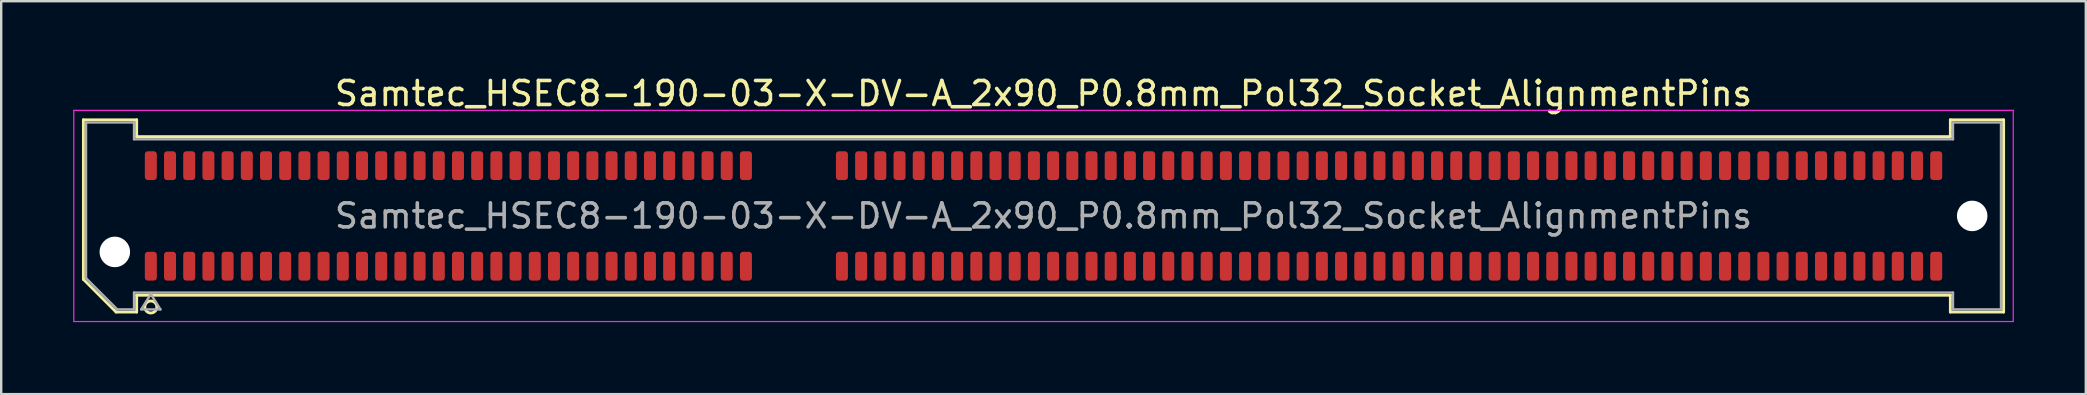
<source format=kicad_pcb>
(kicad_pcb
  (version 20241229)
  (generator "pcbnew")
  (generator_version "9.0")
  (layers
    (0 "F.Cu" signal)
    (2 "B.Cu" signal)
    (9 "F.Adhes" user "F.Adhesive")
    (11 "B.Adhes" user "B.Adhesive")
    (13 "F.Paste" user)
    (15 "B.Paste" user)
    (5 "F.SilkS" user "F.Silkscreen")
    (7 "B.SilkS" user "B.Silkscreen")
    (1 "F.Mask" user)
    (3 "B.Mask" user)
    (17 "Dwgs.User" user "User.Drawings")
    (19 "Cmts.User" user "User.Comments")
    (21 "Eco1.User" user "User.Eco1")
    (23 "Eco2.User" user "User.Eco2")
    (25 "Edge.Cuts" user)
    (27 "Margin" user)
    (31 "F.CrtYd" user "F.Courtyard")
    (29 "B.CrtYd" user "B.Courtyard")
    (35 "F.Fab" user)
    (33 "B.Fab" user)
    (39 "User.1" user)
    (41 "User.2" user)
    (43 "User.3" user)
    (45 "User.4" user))
  (footprint "Samtec_HSEC8-190-03-X-DV-A_2x90_P0.8mm_Pol32_Socket_AlignmentPins"
    (layer "F.Cu")
    (at 40.435 5.948)
    (property "Reference" "Samtec_HSEC8-190-03-X-DV-A_2x90_P0.8mm_Pol32_Socket_AlignmentPins" (at 0 -5.1 0) (layer "F.SilkS") (effects (font (size 1 1) (thickness 0.15))))
    (attr smd)
    (fp_line (start -40.01 -4.005) (end -37.79 -4.005) (stroke (width 0.12) (type solid)) (layer "F.SilkS"))
    (fp_line (start -40.01 2.641) (end -40.01 -4.005) (stroke (width 0.12) (type solid)) (layer "F.SilkS"))
    (fp_line (start -38.646 4.005) (end -40.01 2.641) (stroke (width 0.12) (type solid)) (layer "F.SilkS"))
    (fp_line (start -37.79 -4.005) (end -37.79 -3.305) (stroke (width 0.12) (type solid)) (layer "F.SilkS"))
    (fp_line (start -37.79 -3.305) (end 37.79 -3.305) (stroke (width 0.12) (type solid)) (layer "F.SilkS"))
    (fp_line (start -37.79 3.305) (end -37.79 4.005) (stroke (width 0.12) (type solid)) (layer "F.SilkS"))
    (fp_line (start -37.79 4.005) (end -38.646 4.005) (stroke (width 0.12) (type solid)) (layer "F.SilkS"))
    (fp_line (start 37.79 -4.005) (end 40.01 -4.005) (stroke (width 0.12) (type solid)) (layer "F.SilkS"))
    (fp_line (start 37.79 -3.305) (end 37.79 -4.005) (stroke (width 0.12) (type solid)) (layer "F.SilkS"))
    (fp_line (start 37.79 3.305) (end -37.79 3.305) (stroke (width 0.12) (type solid)) (layer "F.SilkS"))
    (fp_line (start 37.79 4.005) (end 37.79 3.305) (stroke (width 0.12) (type solid)) (layer "F.SilkS"))
    (fp_line (start 40.01 -4.005) (end 40.01 4.005) (stroke (width 0.12) (type solid)) (layer "F.SilkS"))
    (fp_line (start 40.01 4.005) (end 37.79 4.005) (stroke (width 0.12) (type solid)) (layer "F.SilkS"))
    (fp_circle (center -37.2 3.795) (end -36.95 3.795) (stroke (width 0.12) (type solid)) (fill no) (layer "F.SilkS"))
    (fp_line (start -40.41 -4.4) (end -40.41 4.4) (stroke (width 0.05) (type solid)) (layer "F.CrtYd"))
    (fp_line (start -40.41 4.4) (end 40.41 4.4) (stroke (width 0.05) (type solid)) (layer "F.CrtYd"))
    (fp_line (start 40.41 -4.4) (end -40.41 -4.4) (stroke (width 0.05) (type solid)) (layer "F.CrtYd"))
    (fp_line (start 40.41 4.4) (end 40.41 -4.4) (stroke (width 0.05) (type solid)) (layer "F.CrtYd"))
    (fp_line (start -39.9 -3.895) (end -37.9 -3.895) (stroke (width 0.1) (type solid)) (layer "F.Fab"))
    (fp_line (start -39.9 2.595) (end -39.9 -3.895) (stroke (width 0.1) (type solid)) (layer "F.Fab"))
    (fp_line (start -38.6 3.895) (end -39.9 2.595) (stroke (width 0.1) (type solid)) (layer "F.Fab"))
    (fp_line (start -37.9 -3.895) (end -37.9 -3.195) (stroke (width 0.1) (type solid)) (layer "F.Fab"))
    (fp_line (start -37.9 -3.195) (end 37.9 -3.195) (stroke (width 0.1) (type solid)) (layer "F.Fab"))
    (fp_line (start -37.9 3.195) (end -37.9 3.895) (stroke (width 0.1) (type solid)) (layer "F.Fab"))
    (fp_line (start -37.9 3.895) (end -38.6 3.895) (stroke (width 0.1) (type solid)) (layer "F.Fab"))
    (fp_line (start -37.6 3.895) (end -37.2 3.255) (stroke (width 0.1) (type solid)) (layer "F.Fab"))
    (fp_line (start -37.2 3.255) (end -36.8 3.895) (stroke (width 0.1) (type solid)) (layer "F.Fab"))
    (fp_line (start -36.8 3.895) (end -37.6 3.895) (stroke (width 0.1) (type solid)) (layer "F.Fab"))
    (fp_line (start 37.9 -3.895) (end 39.9 -3.895) (stroke (width 0.1) (type solid)) (layer "F.Fab"))
    (fp_line (start 37.9 -3.195) (end 37.9 -3.895) (stroke (width 0.1) (type solid)) (layer "F.Fab"))
    (fp_line (start 37.9 3.195) (end -37.9 3.195) (stroke (width 0.1) (type solid)) (layer "F.Fab"))
    (fp_line (start 37.9 3.895) (end 37.9 3.195) (stroke (width 0.1) (type solid)) (layer "F.Fab"))
    (fp_line (start 39.9 -3.895) (end 39.9 3.895) (stroke (width 0.1) (type solid)) (layer "F.Fab"))
    (fp_line (start 39.9 3.895) (end 37.9 3.895) (stroke (width 0.1) (type solid)) (layer "F.Fab"))
    (fp_text user "${REFERENCE}" (at 0 0 0) (layer "F.Fab") (effects (font (size 1 1) (thickness 0.15))))
    (pad "" np_thru_hole circle (at -38.7 1.5) (size 1.27 1.27) (drill 1.27) (layers "*.Cu" "*.Mask"))
    (pad "" np_thru_hole circle (at 38.7 0) (size 1.27 1.27) (drill 1.27) (layers "*.Cu" "*.Mask"))
    (pad "1" smd roundrect (at -37.2 2.095) (size 0.5 1.2) (layers "F.Cu" "F.Mask" "F.Paste") (roundrect_rratio 0.25))
    (pad "2" smd roundrect (at -37.2 -2.095) (size 0.5 1.2) (layers "F.Cu" "F.Mask" "F.Paste") (roundrect_rratio 0.25))
    (pad "3" smd roundrect (at -36.4 2.095) (size 0.5 1.2) (layers "F.Cu" "F.Mask" "F.Paste") (roundrect_rratio 0.25))
    (pad "4" smd roundrect (at -36.4 -2.095) (size 0.5 1.2) (layers "F.Cu" "F.Mask" "F.Paste") (roundrect_rratio 0.25))
    (pad "5" smd roundrect (at -35.6 2.095) (size 0.5 1.2) (layers "F.Cu" "F.Mask" "F.Paste") (roundrect_rratio 0.25))
    (pad "6" smd roundrect (at -35.6 -2.095) (size 0.5 1.2) (layers "F.Cu" "F.Mask" "F.Paste") (roundrect_rratio 0.25))
    (pad "7" smd roundrect (at -34.8 2.095) (size 0.5 1.2) (layers "F.Cu" "F.Mask" "F.Paste") (roundrect_rratio 0.25))
    (pad "8" smd roundrect (at -34.8 -2.095) (size 0.5 1.2) (layers "F.Cu" "F.Mask" "F.Paste") (roundrect_rratio 0.25))
    (pad "9" smd roundrect (at -34 2.095) (size 0.5 1.2) (layers "F.Cu" "F.Mask" "F.Paste") (roundrect_rratio 0.25))
    (pad "10" smd roundrect (at -34 -2.095) (size 0.5 1.2) (layers "F.Cu" "F.Mask" "F.Paste") (roundrect_rratio 0.25))
    (pad "11" smd roundrect (at -33.2 2.095) (size 0.5 1.2) (layers "F.Cu" "F.Mask" "F.Paste") (roundrect_rratio 0.25))
    (pad "12" smd roundrect (at -33.2 -2.095) (size 0.5 1.2) (layers "F.Cu" "F.Mask" "F.Paste") (roundrect_rratio 0.25))
    (pad "13" smd roundrect (at -32.4 2.095) (size 0.5 1.2) (layers "F.Cu" "F.Mask" "F.Paste") (roundrect_rratio 0.25))
    (pad "14" smd roundrect (at -32.4 -2.095) (size 0.5 1.2) (layers "F.Cu" "F.Mask" "F.Paste") (roundrect_rratio 0.25))
    (pad "15" smd roundrect (at -31.6 2.095) (size 0.5 1.2) (layers "F.Cu" "F.Mask" "F.Paste") (roundrect_rratio 0.25))
    (pad "16" smd roundrect (at -31.6 -2.095) (size 0.5 1.2) (layers "F.Cu" "F.Mask" "F.Paste") (roundrect_rratio 0.25))
    (pad "17" smd roundrect (at -30.8 2.095) (size 0.5 1.2) (layers "F.Cu" "F.Mask" "F.Paste") (roundrect_rratio 0.25))
    (pad "18" smd roundrect (at -30.8 -2.095) (size 0.5 1.2) (layers "F.Cu" "F.Mask" "F.Paste") (roundrect_rratio 0.25))
    (pad "19" smd roundrect (at -30 2.095) (size 0.5 1.2) (layers "F.Cu" "F.Mask" "F.Paste") (roundrect_rratio 0.25))
    (pad "20" smd roundrect (at -30 -2.095) (size 0.5 1.2) (layers "F.Cu" "F.Mask" "F.Paste") (roundrect_rratio 0.25))
    (pad "21" smd roundrect (at -29.2 2.095) (size 0.5 1.2) (layers "F.Cu" "F.Mask" "F.Paste") (roundrect_rratio 0.25))
    (pad "22" smd roundrect (at -29.2 -2.095) (size 0.5 1.2) (layers "F.Cu" "F.Mask" "F.Paste") (roundrect_rratio 0.25))
    (pad "23" smd roundrect (at -28.4 2.095) (size 0.5 1.2) (layers "F.Cu" "F.Mask" "F.Paste") (roundrect_rratio 0.25))
    (pad "24" smd roundrect (at -28.4 -2.095) (size 0.5 1.2) (layers "F.Cu" "F.Mask" "F.Paste") (roundrect_rratio 0.25))
    (pad "25" smd roundrect (at -27.6 2.095) (size 0.5 1.2) (layers "F.Cu" "F.Mask" "F.Paste") (roundrect_rratio 0.25))
    (pad "26" smd roundrect (at -27.6 -2.095) (size 0.5 1.2) (layers "F.Cu" "F.Mask" "F.Paste") (roundrect_rratio 0.25))
    (pad "27" smd roundrect (at -26.8 2.095) (size 0.5 1.2) (layers "F.Cu" "F.Mask" "F.Paste") (roundrect_rratio 0.25))
    (pad "28" smd roundrect (at -26.8 -2.095) (size 0.5 1.2) (layers "F.Cu" "F.Mask" "F.Paste") (roundrect_rratio 0.25))
    (pad "29" smd roundrect (at -26 2.095) (size 0.5 1.2) (layers "F.Cu" "F.Mask" "F.Paste") (roundrect_rratio 0.25))
    (pad "30" smd roundrect (at -26 -2.095) (size 0.5 1.2) (layers "F.Cu" "F.Mask" "F.Paste") (roundrect_rratio 0.25))
    (pad "31" smd roundrect (at -25.2 2.095) (size 0.5 1.2) (layers "F.Cu" "F.Mask" "F.Paste") (roundrect_rratio 0.25))
    (pad "32" smd roundrect (at -25.2 -2.095) (size 0.5 1.2) (layers "F.Cu" "F.Mask" "F.Paste") (roundrect_rratio 0.25))
    (pad "33" smd roundrect (at -24.4 2.095) (size 0.5 1.2) (layers "F.Cu" "F.Mask" "F.Paste") (roundrect_rratio 0.25))
    (pad "34" smd roundrect (at -24.4 -2.095) (size 0.5 1.2) (layers "F.Cu" "F.Mask" "F.Paste") (roundrect_rratio 0.25))
    (pad "35" smd roundrect (at -23.6 2.095) (size 0.5 1.2) (layers "F.Cu" "F.Mask" "F.Paste") (roundrect_rratio 0.25))
    (pad "36" smd roundrect (at -23.6 -2.095) (size 0.5 1.2) (layers "F.Cu" "F.Mask" "F.Paste") (roundrect_rratio 0.25))
    (pad "37" smd roundrect (at -22.8 2.095) (size 0.5 1.2) (layers "F.Cu" "F.Mask" "F.Paste") (roundrect_rratio 0.25))
    (pad "38" smd roundrect (at -22.8 -2.095) (size 0.5 1.2) (layers "F.Cu" "F.Mask" "F.Paste") (roundrect_rratio 0.25))
    (pad "39" smd roundrect (at -22 2.095) (size 0.5 1.2) (layers "F.Cu" "F.Mask" "F.Paste") (roundrect_rratio 0.25))
    (pad "40" smd roundrect (at -22 -2.095) (size 0.5 1.2) (layers "F.Cu" "F.Mask" "F.Paste") (roundrect_rratio 0.25))
    (pad "41" smd roundrect (at -21.2 2.095) (size 0.5 1.2) (layers "F.Cu" "F.Mask" "F.Paste") (roundrect_rratio 0.25))
    (pad "42" smd roundrect (at -21.2 -2.095) (size 0.5 1.2) (layers "F.Cu" "F.Mask" "F.Paste") (roundrect_rratio 0.25))
    (pad "43" smd roundrect (at -20.4 2.095) (size 0.5 1.2) (layers "F.Cu" "F.Mask" "F.Paste") (roundrect_rratio 0.25))
    (pad "44" smd roundrect (at -20.4 -2.095) (size 0.5 1.2) (layers "F.Cu" "F.Mask" "F.Paste") (roundrect_rratio 0.25))
    (pad "45" smd roundrect (at -19.6 2.095) (size 0.5 1.2) (layers "F.Cu" "F.Mask" "F.Paste") (roundrect_rratio 0.25))
    (pad "46" smd roundrect (at -19.6 -2.095) (size 0.5 1.2) (layers "F.Cu" "F.Mask" "F.Paste") (roundrect_rratio 0.25))
    (pad "47" smd roundrect (at -18.8 2.095) (size 0.5 1.2) (layers "F.Cu" "F.Mask" "F.Paste") (roundrect_rratio 0.25))
    (pad "48" smd roundrect (at -18.8 -2.095) (size 0.5 1.2) (layers "F.Cu" "F.Mask" "F.Paste") (roundrect_rratio 0.25))
    (pad "49" smd roundrect (at -18 2.095) (size 0.5 1.2) (layers "F.Cu" "F.Mask" "F.Paste") (roundrect_rratio 0.25))
    (pad "50" smd roundrect (at -18 -2.095) (size 0.5 1.2) (layers "F.Cu" "F.Mask" "F.Paste") (roundrect_rratio 0.25))
    (pad "51" smd roundrect (at -17.2 2.095) (size 0.5 1.2) (layers "F.Cu" "F.Mask" "F.Paste") (roundrect_rratio 0.25))
    (pad "52" smd roundrect (at -17.2 -2.095) (size 0.5 1.2) (layers "F.Cu" "F.Mask" "F.Paste") (roundrect_rratio 0.25))
    (pad "53" smd roundrect (at -16.4 2.095) (size 0.5 1.2) (layers "F.Cu" "F.Mask" "F.Paste") (roundrect_rratio 0.25))
    (pad "54" smd roundrect (at -16.4 -2.095) (size 0.5 1.2) (layers "F.Cu" "F.Mask" "F.Paste") (roundrect_rratio 0.25))
    (pad "55" smd roundrect (at -15.6 2.095) (size 0.5 1.2) (layers "F.Cu" "F.Mask" "F.Paste") (roundrect_rratio 0.25))
    (pad "56" smd roundrect (at -15.6 -2.095) (size 0.5 1.2) (layers "F.Cu" "F.Mask" "F.Paste") (roundrect_rratio 0.25))
    (pad "57" smd roundrect (at -14.8 2.095) (size 0.5 1.2) (layers "F.Cu" "F.Mask" "F.Paste") (roundrect_rratio 0.25))
    (pad "58" smd roundrect (at -14.8 -2.095) (size 0.5 1.2) (layers "F.Cu" "F.Mask" "F.Paste") (roundrect_rratio 0.25))
    (pad "59" smd roundrect (at -14 2.095) (size 0.5 1.2) (layers "F.Cu" "F.Mask" "F.Paste") (roundrect_rratio 0.25))
    (pad "60" smd roundrect (at -14 -2.095) (size 0.5 1.2) (layers "F.Cu" "F.Mask" "F.Paste") (roundrect_rratio 0.25))
    (pad "61" smd roundrect (at -13.2 2.095) (size 0.5 1.2) (layers "F.Cu" "F.Mask" "F.Paste") (roundrect_rratio 0.25))
    (pad "62" smd roundrect (at -13.2 -2.095) (size 0.5 1.2) (layers "F.Cu" "F.Mask" "F.Paste") (roundrect_rratio 0.25))
    (pad "63" smd roundrect (at -12.4 2.095) (size 0.5 1.2) (layers "F.Cu" "F.Mask" "F.Paste") (roundrect_rratio 0.25))
    (pad "64" smd roundrect (at -12.4 -2.095) (size 0.5 1.2) (layers "F.Cu" "F.Mask" "F.Paste") (roundrect_rratio 0.25))
    (pad "65" smd roundrect (at -8.4 2.095) (size 0.5 1.2) (layers "F.Cu" "F.Mask" "F.Paste") (roundrect_rratio 0.25))
    (pad "66" smd roundrect (at -8.4 -2.095) (size 0.5 1.2) (layers "F.Cu" "F.Mask" "F.Paste") (roundrect_rratio 0.25))
    (pad "67" smd roundrect (at -7.6 2.095) (size 0.5 1.2) (layers "F.Cu" "F.Mask" "F.Paste") (roundrect_rratio 0.25))
    (pad "68" smd roundrect (at -7.6 -2.095) (size 0.5 1.2) (layers "F.Cu" "F.Mask" "F.Paste") (roundrect_rratio 0.25))
    (pad "69" smd roundrect (at -6.8 2.095) (size 0.5 1.2) (layers "F.Cu" "F.Mask" "F.Paste") (roundrect_rratio 0.25))
    (pad "70" smd roundrect (at -6.8 -2.095) (size 0.5 1.2) (layers "F.Cu" "F.Mask" "F.Paste") (roundrect_rratio 0.25))
    (pad "71" smd roundrect (at -6 2.095) (size 0.5 1.2) (layers "F.Cu" "F.Mask" "F.Paste") (roundrect_rratio 0.25))
    (pad "72" smd roundrect (at -6 -2.095) (size 0.5 1.2) (layers "F.Cu" "F.Mask" "F.Paste") (roundrect_rratio 0.25))
    (pad "73" smd roundrect (at -5.2 2.095) (size 0.5 1.2) (layers "F.Cu" "F.Mask" "F.Paste") (roundrect_rratio 0.25))
    (pad "74" smd roundrect (at -5.2 -2.095) (size 0.5 1.2) (layers "F.Cu" "F.Mask" "F.Paste") (roundrect_rratio 0.25))
    (pad "75" smd roundrect (at -4.4 2.095) (size 0.5 1.2) (layers "F.Cu" "F.Mask" "F.Paste") (roundrect_rratio 0.25))
    (pad "76" smd roundrect (at -4.4 -2.095) (size 0.5 1.2) (layers "F.Cu" "F.Mask" "F.Paste") (roundrect_rratio 0.25))
    (pad "77" smd roundrect (at -3.6 2.095) (size 0.5 1.2) (layers "F.Cu" "F.Mask" "F.Paste") (roundrect_rratio 0.25))
    (pad "78" smd roundrect (at -3.6 -2.095) (size 0.5 1.2) (layers "F.Cu" "F.Mask" "F.Paste") (roundrect_rratio 0.25))
    (pad "79" smd roundrect (at -2.8 2.095) (size 0.5 1.2) (layers "F.Cu" "F.Mask" "F.Paste") (roundrect_rratio 0.25))
    (pad "80" smd roundrect (at -2.8 -2.095) (size 0.5 1.2) (layers "F.Cu" "F.Mask" "F.Paste") (roundrect_rratio 0.25))
    (pad "81" smd roundrect (at -2 2.095) (size 0.5 1.2) (layers "F.Cu" "F.Mask" "F.Paste") (roundrect_rratio 0.25))
    (pad "82" smd roundrect (at -2 -2.095) (size 0.5 1.2) (layers "F.Cu" "F.Mask" "F.Paste") (roundrect_rratio 0.25))
    (pad "83" smd roundrect (at -1.2 2.095) (size 0.5 1.2) (layers "F.Cu" "F.Mask" "F.Paste") (roundrect_rratio 0.25))
    (pad "84" smd roundrect (at -1.2 -2.095) (size 0.5 1.2) (layers "F.Cu" "F.Mask" "F.Paste") (roundrect_rratio 0.25))
    (pad "85" smd roundrect (at -0.4 2.095) (size 0.5 1.2) (layers "F.Cu" "F.Mask" "F.Paste") (roundrect_rratio 0.25))
    (pad "86" smd roundrect (at -0.4 -2.095) (size 0.5 1.2) (layers "F.Cu" "F.Mask" "F.Paste") (roundrect_rratio 0.25))
    (pad "87" smd roundrect (at 0.4 2.095) (size 0.5 1.2) (layers "F.Cu" "F.Mask" "F.Paste") (roundrect_rratio 0.25))
    (pad "88" smd roundrect (at 0.4 -2.095) (size 0.5 1.2) (layers "F.Cu" "F.Mask" "F.Paste") (roundrect_rratio 0.25))
    (pad "89" smd roundrect (at 1.2 2.095) (size 0.5 1.2) (layers "F.Cu" "F.Mask" "F.Paste") (roundrect_rratio 0.25))
    (pad "90" smd roundrect (at 1.2 -2.095) (size 0.5 1.2) (layers "F.Cu" "F.Mask" "F.Paste") (roundrect_rratio 0.25))
    (pad "91" smd roundrect (at 2 2.095) (size 0.5 1.2) (layers "F.Cu" "F.Mask" "F.Paste") (roundrect_rratio 0.25))
    (pad "92" smd roundrect (at 2 -2.095) (size 0.5 1.2) (layers "F.Cu" "F.Mask" "F.Paste") (roundrect_rratio 0.25))
    (pad "93" smd roundrect (at 2.8 2.095) (size 0.5 1.2) (layers "F.Cu" "F.Mask" "F.Paste") (roundrect_rratio 0.25))
    (pad "94" smd roundrect (at 2.8 -2.095) (size 0.5 1.2) (layers "F.Cu" "F.Mask" "F.Paste") (roundrect_rratio 0.25))
    (pad "95" smd roundrect (at 3.6 2.095) (size 0.5 1.2) (layers "F.Cu" "F.Mask" "F.Paste") (roundrect_rratio 0.25))
    (pad "96" smd roundrect (at 3.6 -2.095) (size 0.5 1.2) (layers "F.Cu" "F.Mask" "F.Paste") (roundrect_rratio 0.25))
    (pad "97" smd roundrect (at 4.4 2.095) (size 0.5 1.2) (layers "F.Cu" "F.Mask" "F.Paste") (roundrect_rratio 0.25))
    (pad "98" smd roundrect (at 4.4 -2.095) (size 0.5 1.2) (layers "F.Cu" "F.Mask" "F.Paste") (roundrect_rratio 0.25))
    (pad "99" smd roundrect (at 5.2 2.095) (size 0.5 1.2) (layers "F.Cu" "F.Mask" "F.Paste") (roundrect_rratio 0.25))
    (pad "100" smd roundrect (at 5.2 -2.095) (size 0.5 1.2) (layers "F.Cu" "F.Mask" "F.Paste") (roundrect_rratio 0.25))
    (pad "101" smd roundrect (at 6 2.095) (size 0.5 1.2) (layers "F.Cu" "F.Mask" "F.Paste") (roundrect_rratio 0.25))
    (pad "102" smd roundrect (at 6 -2.095) (size 0.5 1.2) (layers "F.Cu" "F.Mask" "F.Paste") (roundrect_rratio 0.25))
    (pad "103" smd roundrect (at 6.8 2.095) (size 0.5 1.2) (layers "F.Cu" "F.Mask" "F.Paste") (roundrect_rratio 0.25))
    (pad "104" smd roundrect (at 6.8 -2.095) (size 0.5 1.2) (layers "F.Cu" "F.Mask" "F.Paste") (roundrect_rratio 0.25))
    (pad "105" smd roundrect (at 7.6 2.095) (size 0.5 1.2) (layers "F.Cu" "F.Mask" "F.Paste") (roundrect_rratio 0.25))
    (pad "106" smd roundrect (at 7.6 -2.095) (size 0.5 1.2) (layers "F.Cu" "F.Mask" "F.Paste") (roundrect_rratio 0.25))
    (pad "107" smd roundrect (at 8.4 2.095) (size 0.5 1.2) (layers "F.Cu" "F.Mask" "F.Paste") (roundrect_rratio 0.25))
    (pad "108" smd roundrect (at 8.4 -2.095) (size 0.5 1.2) (layers "F.Cu" "F.Mask" "F.Paste") (roundrect_rratio 0.25))
    (pad "109" smd roundrect (at 9.2 2.095) (size 0.5 1.2) (layers "F.Cu" "F.Mask" "F.Paste") (roundrect_rratio 0.25))
    (pad "110" smd roundrect (at 9.2 -2.095) (size 0.5 1.2) (layers "F.Cu" "F.Mask" "F.Paste") (roundrect_rratio 0.25))
    (pad "111" smd roundrect (at 10 2.095) (size 0.5 1.2) (layers "F.Cu" "F.Mask" "F.Paste") (roundrect_rratio 0.25))
    (pad "112" smd roundrect (at 10 -2.095) (size 0.5 1.2) (layers "F.Cu" "F.Mask" "F.Paste") (roundrect_rratio 0.25))
    (pad "113" smd roundrect (at 10.8 2.095) (size 0.5 1.2) (layers "F.Cu" "F.Mask" "F.Paste") (roundrect_rratio 0.25))
    (pad "114" smd roundrect (at 10.8 -2.095) (size 0.5 1.2) (layers "F.Cu" "F.Mask" "F.Paste") (roundrect_rratio 0.25))
    (pad "115" smd roundrect (at 11.6 2.095) (size 0.5 1.2) (layers "F.Cu" "F.Mask" "F.Paste") (roundrect_rratio 0.25))
    (pad "116" smd roundrect (at 11.6 -2.095) (size 0.5 1.2) (layers "F.Cu" "F.Mask" "F.Paste") (roundrect_rratio 0.25))
    (pad "117" smd roundrect (at 12.4 2.095) (size 0.5 1.2) (layers "F.Cu" "F.Mask" "F.Paste") (roundrect_rratio 0.25))
    (pad "118" smd roundrect (at 12.4 -2.095) (size 0.5 1.2) (layers "F.Cu" "F.Mask" "F.Paste") (roundrect_rratio 0.25))
    (pad "119" smd roundrect (at 13.2 2.095) (size 0.5 1.2) (layers "F.Cu" "F.Mask" "F.Paste") (roundrect_rratio 0.25))
    (pad "120" smd roundrect (at 13.2 -2.095) (size 0.5 1.2) (layers "F.Cu" "F.Mask" "F.Paste") (roundrect_rratio 0.25))
    (pad "121" smd roundrect (at 14 2.095) (size 0.5 1.2) (layers "F.Cu" "F.Mask" "F.Paste") (roundrect_rratio 0.25))
    (pad "122" smd roundrect (at 14 -2.095) (size 0.5 1.2) (layers "F.Cu" "F.Mask" "F.Paste") (roundrect_rratio 0.25))
    (pad "123" smd roundrect (at 14.8 2.095) (size 0.5 1.2) (layers "F.Cu" "F.Mask" "F.Paste") (roundrect_rratio 0.25))
    (pad "124" smd roundrect (at 14.8 -2.095) (size 0.5 1.2) (layers "F.Cu" "F.Mask" "F.Paste") (roundrect_rratio 0.25))
    (pad "125" smd roundrect (at 15.6 2.095) (size 0.5 1.2) (layers "F.Cu" "F.Mask" "F.Paste") (roundrect_rratio 0.25))
    (pad "126" smd roundrect (at 15.6 -2.095) (size 0.5 1.2) (layers "F.Cu" "F.Mask" "F.Paste") (roundrect_rratio 0.25))
    (pad "127" smd roundrect (at 16.4 2.095) (size 0.5 1.2) (layers "F.Cu" "F.Mask" "F.Paste") (roundrect_rratio 0.25))
    (pad "128" smd roundrect (at 16.4 -2.095) (size 0.5 1.2) (layers "F.Cu" "F.Mask" "F.Paste") (roundrect_rratio 0.25))
    (pad "129" smd roundrect (at 17.2 2.095) (size 0.5 1.2) (layers "F.Cu" "F.Mask" "F.Paste") (roundrect_rratio 0.25))
    (pad "130" smd roundrect (at 17.2 -2.095) (size 0.5 1.2) (layers "F.Cu" "F.Mask" "F.Paste") (roundrect_rratio 0.25))
    (pad "131" smd roundrect (at 18 2.095) (size 0.5 1.2) (layers "F.Cu" "F.Mask" "F.Paste") (roundrect_rratio 0.25))
    (pad "132" smd roundrect (at 18 -2.095) (size 0.5 1.2) (layers "F.Cu" "F.Mask" "F.Paste") (roundrect_rratio 0.25))
    (pad "133" smd roundrect (at 18.8 2.095) (size 0.5 1.2) (layers "F.Cu" "F.Mask" "F.Paste") (roundrect_rratio 0.25))
    (pad "134" smd roundrect (at 18.8 -2.095) (size 0.5 1.2) (layers "F.Cu" "F.Mask" "F.Paste") (roundrect_rratio 0.25))
    (pad "135" smd roundrect (at 19.6 2.095) (size 0.5 1.2) (layers "F.Cu" "F.Mask" "F.Paste") (roundrect_rratio 0.25))
    (pad "136" smd roundrect (at 19.6 -2.095) (size 0.5 1.2) (layers "F.Cu" "F.Mask" "F.Paste") (roundrect_rratio 0.25))
    (pad "137" smd roundrect (at 20.4 2.095) (size 0.5 1.2) (layers "F.Cu" "F.Mask" "F.Paste") (roundrect_rratio 0.25))
    (pad "138" smd roundrect (at 20.4 -2.095) (size 0.5 1.2) (layers "F.Cu" "F.Mask" "F.Paste") (roundrect_rratio 0.25))
    (pad "139" smd roundrect (at 21.2 2.095) (size 0.5 1.2) (layers "F.Cu" "F.Mask" "F.Paste") (roundrect_rratio 0.25))
    (pad "140" smd roundrect (at 21.2 -2.095) (size 0.5 1.2) (layers "F.Cu" "F.Mask" "F.Paste") (roundrect_rratio 0.25))
    (pad "141" smd roundrect (at 22 2.095) (size 0.5 1.2) (layers "F.Cu" "F.Mask" "F.Paste") (roundrect_rratio 0.25))
    (pad "142" smd roundrect (at 22 -2.095) (size 0.5 1.2) (layers "F.Cu" "F.Mask" "F.Paste") (roundrect_rratio 0.25))
    (pad "143" smd roundrect (at 22.8 2.095) (size 0.5 1.2) (layers "F.Cu" "F.Mask" "F.Paste") (roundrect_rratio 0.25))
    (pad "144" smd roundrect (at 22.8 -2.095) (size 0.5 1.2) (layers "F.Cu" "F.Mask" "F.Paste") (roundrect_rratio 0.25))
    (pad "145" smd roundrect (at 23.6 2.095) (size 0.5 1.2) (layers "F.Cu" "F.Mask" "F.Paste") (roundrect_rratio 0.25))
    (pad "146" smd roundrect (at 23.6 -2.095) (size 0.5 1.2) (layers "F.Cu" "F.Mask" "F.Paste") (roundrect_rratio 0.25))
    (pad "147" smd roundrect (at 24.4 2.095) (size 0.5 1.2) (layers "F.Cu" "F.Mask" "F.Paste") (roundrect_rratio 0.25))
    (pad "148" smd roundrect (at 24.4 -2.095) (size 0.5 1.2) (layers "F.Cu" "F.Mask" "F.Paste") (roundrect_rratio 0.25))
    (pad "149" smd roundrect (at 25.2 2.095) (size 0.5 1.2) (layers "F.Cu" "F.Mask" "F.Paste") (roundrect_rratio 0.25))
    (pad "150" smd roundrect (at 25.2 -2.095) (size 0.5 1.2) (layers "F.Cu" "F.Mask" "F.Paste") (roundrect_rratio 0.25))
    (pad "151" smd roundrect (at 26 2.095) (size 0.5 1.2) (layers "F.Cu" "F.Mask" "F.Paste") (roundrect_rratio 0.25))
    (pad "152" smd roundrect (at 26 -2.095) (size 0.5 1.2) (layers "F.Cu" "F.Mask" "F.Paste") (roundrect_rratio 0.25))
    (pad "153" smd roundrect (at 26.8 2.095) (size 0.5 1.2) (layers "F.Cu" "F.Mask" "F.Paste") (roundrect_rratio 0.25))
    (pad "154" smd roundrect (at 26.8 -2.095) (size 0.5 1.2) (layers "F.Cu" "F.Mask" "F.Paste") (roundrect_rratio 0.25))
    (pad "155" smd roundrect (at 27.6 2.095) (size 0.5 1.2) (layers "F.Cu" "F.Mask" "F.Paste") (roundrect_rratio 0.25))
    (pad "156" smd roundrect (at 27.6 -2.095) (size 0.5 1.2) (layers "F.Cu" "F.Mask" "F.Paste") (roundrect_rratio 0.25))
    (pad "157" smd roundrect (at 28.4 2.095) (size 0.5 1.2) (layers "F.Cu" "F.Mask" "F.Paste") (roundrect_rratio 0.25))
    (pad "158" smd roundrect (at 28.4 -2.095) (size 0.5 1.2) (layers "F.Cu" "F.Mask" "F.Paste") (roundrect_rratio 0.25))
    (pad "159" smd roundrect (at 29.2 2.095) (size 0.5 1.2) (layers "F.Cu" "F.Mask" "F.Paste") (roundrect_rratio 0.25))
    (pad "160" smd roundrect (at 29.2 -2.095) (size 0.5 1.2) (layers "F.Cu" "F.Mask" "F.Paste") (roundrect_rratio 0.25))
    (pad "161" smd roundrect (at 30 2.095) (size 0.5 1.2) (layers "F.Cu" "F.Mask" "F.Paste") (roundrect_rratio 0.25))
    (pad "162" smd roundrect (at 30 -2.095) (size 0.5 1.2) (layers "F.Cu" "F.Mask" "F.Paste") (roundrect_rratio 0.25))
    (pad "163" smd roundrect (at 30.8 2.095) (size 0.5 1.2) (layers "F.Cu" "F.Mask" "F.Paste") (roundrect_rratio 0.25))
    (pad "164" smd roundrect (at 30.8 -2.095) (size 0.5 1.2) (layers "F.Cu" "F.Mask" "F.Paste") (roundrect_rratio 0.25))
    (pad "165" smd roundrect (at 31.6 2.095) (size 0.5 1.2) (layers "F.Cu" "F.Mask" "F.Paste") (roundrect_rratio 0.25))
    (pad "166" smd roundrect (at 31.6 -2.095) (size 0.5 1.2) (layers "F.Cu" "F.Mask" "F.Paste") (roundrect_rratio 0.25))
    (pad "167" smd roundrect (at 32.4 2.095) (size 0.5 1.2) (layers "F.Cu" "F.Mask" "F.Paste") (roundrect_rratio 0.25))
    (pad "168" smd roundrect (at 32.4 -2.095) (size 0.5 1.2) (layers "F.Cu" "F.Mask" "F.Paste") (roundrect_rratio 0.25))
    (pad "169" smd roundrect (at 33.2 2.095) (size 0.5 1.2) (layers "F.Cu" "F.Mask" "F.Paste") (roundrect_rratio 0.25))
    (pad "170" smd roundrect (at 33.2 -2.095) (size 0.5 1.2) (layers "F.Cu" "F.Mask" "F.Paste") (roundrect_rratio 0.25))
    (pad "171" smd roundrect (at 34 2.095) (size 0.5 1.2) (layers "F.Cu" "F.Mask" "F.Paste") (roundrect_rratio 0.25))
    (pad "172" smd roundrect (at 34 -2.095) (size 0.5 1.2) (layers "F.Cu" "F.Mask" "F.Paste") (roundrect_rratio 0.25))
    (pad "173" smd roundrect (at 34.8 2.095) (size 0.5 1.2) (layers "F.Cu" "F.Mask" "F.Paste") (roundrect_rratio 0.25))
    (pad "174" smd roundrect (at 34.8 -2.095) (size 0.5 1.2) (layers "F.Cu" "F.Mask" "F.Paste") (roundrect_rratio 0.25))
    (pad "175" smd roundrect (at 35.6 2.095) (size 0.5 1.2) (layers "F.Cu" "F.Mask" "F.Paste") (roundrect_rratio 0.25))
    (pad "176" smd roundrect (at 35.6 -2.095) (size 0.5 1.2) (layers "F.Cu" "F.Mask" "F.Paste") (roundrect_rratio 0.25))
    (pad "177" smd roundrect (at 36.4 2.095) (size 0.5 1.2) (layers "F.Cu" "F.Mask" "F.Paste") (roundrect_rratio 0.25))
    (pad "178" smd roundrect (at 36.4 -2.095) (size 0.5 1.2) (layers "F.Cu" "F.Mask" "F.Paste") (roundrect_rratio 0.25))
    (pad "179" smd roundrect (at 37.2 2.095) (size 0.5 1.2) (layers "F.Cu" "F.Mask" "F.Paste") (roundrect_rratio 0.25))
    (pad "180" smd roundrect (at 37.2 -2.095) (size 0.5 1.2) (layers "F.Cu" "F.Mask" "F.Paste") (roundrect_rratio 0.25)))
  (gr_rect
    (start -3 -3)
    (end 83.87 13.373)
    (stroke (width 0.1) (type default))
    (fill no)
    (layer "Edge.Cuts")))
</source>
